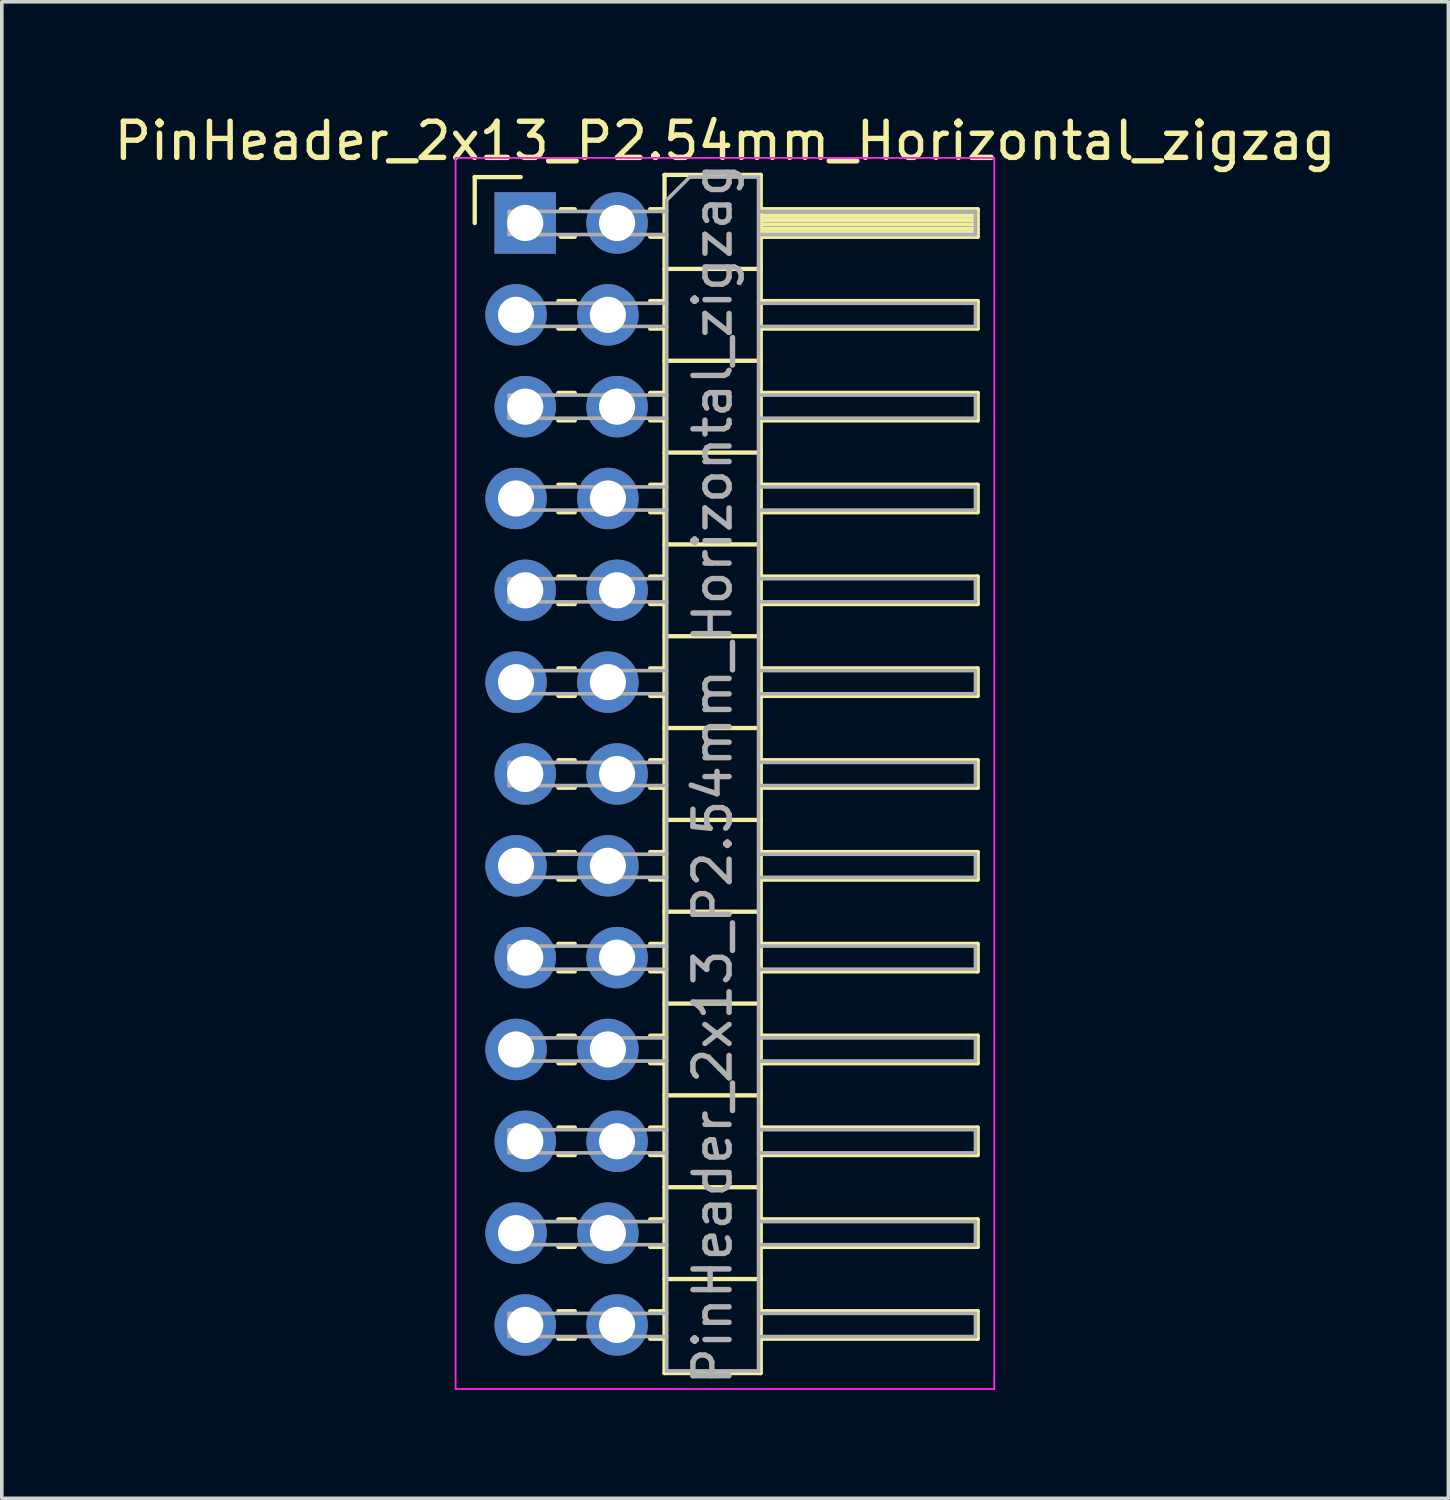
<source format=kicad_pcb>
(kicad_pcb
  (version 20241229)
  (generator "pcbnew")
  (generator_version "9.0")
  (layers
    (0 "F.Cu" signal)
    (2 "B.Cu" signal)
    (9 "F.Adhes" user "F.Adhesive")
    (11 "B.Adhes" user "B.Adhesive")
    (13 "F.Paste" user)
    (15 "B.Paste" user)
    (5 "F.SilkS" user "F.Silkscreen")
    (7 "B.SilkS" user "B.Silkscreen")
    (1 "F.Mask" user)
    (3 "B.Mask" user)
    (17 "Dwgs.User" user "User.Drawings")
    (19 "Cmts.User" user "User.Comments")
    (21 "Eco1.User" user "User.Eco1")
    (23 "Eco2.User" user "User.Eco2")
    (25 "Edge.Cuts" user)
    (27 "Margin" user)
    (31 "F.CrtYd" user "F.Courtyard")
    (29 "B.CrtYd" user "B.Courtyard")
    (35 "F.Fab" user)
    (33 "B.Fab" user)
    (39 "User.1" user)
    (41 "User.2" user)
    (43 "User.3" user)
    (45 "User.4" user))
  (footprint "PinHeader_2x13_P2.54mm_Horizontal_zigzag"
    (layer "F.Cu")
    (at 11.351 3.118)
    (property "Reference" "PinHeader_2x13_P2.54mm_Horizontal_zigzag" (at 5.655 -2.27 0) (layer "F.SilkS") (effects (font (size 1 1) (thickness 0.15))))
    (attr through_hole)
    (fp_line (start -1.27 -1.27) (end 0 -1.27) (stroke (width 0.12) (type solid)) (layer "F.SilkS"))
    (fp_line (start -1.27 0) (end -1.27 -1.27) (stroke (width 0.12) (type solid)) (layer "F.SilkS"))
    (fp_line (start 1.043 2.16) (end 1.497 2.16) (stroke (width 0.12) (type solid)) (layer "F.SilkS"))
    (fp_line (start 1.043 2.92) (end 1.497 2.92) (stroke (width 0.12) (type solid)) (layer "F.SilkS"))
    (fp_line (start 1.043 4.7) (end 1.497 4.7) (stroke (width 0.12) (type solid)) (layer "F.SilkS"))
    (fp_line (start 1.043 5.46) (end 1.497 5.46) (stroke (width 0.12) (type solid)) (layer "F.SilkS"))
    (fp_line (start 1.043 7.24) (end 1.497 7.24) (stroke (width 0.12) (type solid)) (layer "F.SilkS"))
    (fp_line (start 1.043 8) (end 1.497 8) (stroke (width 0.12) (type solid)) (layer "F.SilkS"))
    (fp_line (start 1.043 9.78) (end 1.497 9.78) (stroke (width 0.12) (type solid)) (layer "F.SilkS"))
    (fp_line (start 1.043 10.54) (end 1.497 10.54) (stroke (width 0.12) (type solid)) (layer "F.SilkS"))
    (fp_line (start 1.043 12.32) (end 1.497 12.32) (stroke (width 0.12) (type solid)) (layer "F.SilkS"))
    (fp_line (start 1.043 13.08) (end 1.497 13.08) (stroke (width 0.12) (type solid)) (layer "F.SilkS"))
    (fp_line (start 1.043 14.86) (end 1.497 14.86) (stroke (width 0.12) (type solid)) (layer "F.SilkS"))
    (fp_line (start 1.043 15.62) (end 1.497 15.62) (stroke (width 0.12) (type solid)) (layer "F.SilkS"))
    (fp_line (start 1.043 17.4) (end 1.497 17.4) (stroke (width 0.12) (type solid)) (layer "F.SilkS"))
    (fp_line (start 1.043 18.16) (end 1.497 18.16) (stroke (width 0.12) (type solid)) (layer "F.SilkS"))
    (fp_line (start 1.043 19.94) (end 1.497 19.94) (stroke (width 0.12) (type solid)) (layer "F.SilkS"))
    (fp_line (start 1.043 20.7) (end 1.497 20.7) (stroke (width 0.12) (type solid)) (layer "F.SilkS"))
    (fp_line (start 1.043 22.48) (end 1.497 22.48) (stroke (width 0.12) (type solid)) (layer "F.SilkS"))
    (fp_line (start 1.043 23.24) (end 1.497 23.24) (stroke (width 0.12) (type solid)) (layer "F.SilkS"))
    (fp_line (start 1.043 25.02) (end 1.497 25.02) (stroke (width 0.12) (type solid)) (layer "F.SilkS"))
    (fp_line (start 1.043 25.78) (end 1.497 25.78) (stroke (width 0.12) (type solid)) (layer "F.SilkS"))
    (fp_line (start 1.043 27.56) (end 1.497 27.56) (stroke (width 0.12) (type solid)) (layer "F.SilkS"))
    (fp_line (start 1.043 28.32) (end 1.497 28.32) (stroke (width 0.12) (type solid)) (layer "F.SilkS"))
    (fp_line (start 1.043 30.1) (end 1.497 30.1) (stroke (width 0.12) (type solid)) (layer "F.SilkS"))
    (fp_line (start 1.043 30.86) (end 1.497 30.86) (stroke (width 0.12) (type solid)) (layer "F.SilkS"))
    (fp_line (start 1.11 -0.38) (end 1.497 -0.38) (stroke (width 0.12) (type solid)) (layer "F.SilkS"))
    (fp_line (start 1.11 0.38) (end 1.497 0.38) (stroke (width 0.12) (type solid)) (layer "F.SilkS"))
    (fp_line (start 3.583 -0.38) (end 3.98 -0.38) (stroke (width 0.12) (type solid)) (layer "F.SilkS"))
    (fp_line (start 3.583 0.38) (end 3.98 0.38) (stroke (width 0.12) (type solid)) (layer "F.SilkS"))
    (fp_line (start 3.583 2.16) (end 3.98 2.16) (stroke (width 0.12) (type solid)) (layer "F.SilkS"))
    (fp_line (start 3.583 2.92) (end 3.98 2.92) (stroke (width 0.12) (type solid)) (layer "F.SilkS"))
    (fp_line (start 3.583 4.7) (end 3.98 4.7) (stroke (width 0.12) (type solid)) (layer "F.SilkS"))
    (fp_line (start 3.583 5.46) (end 3.98 5.46) (stroke (width 0.12) (type solid)) (layer "F.SilkS"))
    (fp_line (start 3.583 7.24) (end 3.98 7.24) (stroke (width 0.12) (type solid)) (layer "F.SilkS"))
    (fp_line (start 3.583 8) (end 3.98 8) (stroke (width 0.12) (type solid)) (layer "F.SilkS"))
    (fp_line (start 3.583 9.78) (end 3.98 9.78) (stroke (width 0.12) (type solid)) (layer "F.SilkS"))
    (fp_line (start 3.583 10.54) (end 3.98 10.54) (stroke (width 0.12) (type solid)) (layer "F.SilkS"))
    (fp_line (start 3.583 12.32) (end 3.98 12.32) (stroke (width 0.12) (type solid)) (layer "F.SilkS"))
    (fp_line (start 3.583 13.08) (end 3.98 13.08) (stroke (width 0.12) (type solid)) (layer "F.SilkS"))
    (fp_line (start 3.583 14.86) (end 3.98 14.86) (stroke (width 0.12) (type solid)) (layer "F.SilkS"))
    (fp_line (start 3.583 15.62) (end 3.98 15.62) (stroke (width 0.12) (type solid)) (layer "F.SilkS"))
    (fp_line (start 3.583 17.4) (end 3.98 17.4) (stroke (width 0.12) (type solid)) (layer "F.SilkS"))
    (fp_line (start 3.583 18.16) (end 3.98 18.16) (stroke (width 0.12) (type solid)) (layer "F.SilkS"))
    (fp_line (start 3.583 19.94) (end 3.98 19.94) (stroke (width 0.12) (type solid)) (layer "F.SilkS"))
    (fp_line (start 3.583 20.7) (end 3.98 20.7) (stroke (width 0.12) (type solid)) (layer "F.SilkS"))
    (fp_line (start 3.583 22.48) (end 3.98 22.48) (stroke (width 0.12) (type solid)) (layer "F.SilkS"))
    (fp_line (start 3.583 23.24) (end 3.98 23.24) (stroke (width 0.12) (type solid)) (layer "F.SilkS"))
    (fp_line (start 3.583 25.02) (end 3.98 25.02) (stroke (width 0.12) (type solid)) (layer "F.SilkS"))
    (fp_line (start 3.583 25.78) (end 3.98 25.78) (stroke (width 0.12) (type solid)) (layer "F.SilkS"))
    (fp_line (start 3.583 27.56) (end 3.98 27.56) (stroke (width 0.12) (type solid)) (layer "F.SilkS"))
    (fp_line (start 3.583 28.32) (end 3.98 28.32) (stroke (width 0.12) (type solid)) (layer "F.SilkS"))
    (fp_line (start 3.583 30.1) (end 3.98 30.1) (stroke (width 0.12) (type solid)) (layer "F.SilkS"))
    (fp_line (start 3.583 30.86) (end 3.98 30.86) (stroke (width 0.12) (type solid)) (layer "F.SilkS"))
    (fp_line (start 3.98 -1.33) (end 3.98 31.81) (stroke (width 0.12) (type solid)) (layer "F.SilkS"))
    (fp_line (start 3.98 1.27) (end 6.64 1.27) (stroke (width 0.12) (type solid)) (layer "F.SilkS"))
    (fp_line (start 3.98 3.81) (end 6.64 3.81) (stroke (width 0.12) (type solid)) (layer "F.SilkS"))
    (fp_line (start 3.98 6.35) (end 6.64 6.35) (stroke (width 0.12) (type solid)) (layer "F.SilkS"))
    (fp_line (start 3.98 8.89) (end 6.64 8.89) (stroke (width 0.12) (type solid)) (layer "F.SilkS"))
    (fp_line (start 3.98 11.43) (end 6.64 11.43) (stroke (width 0.12) (type solid)) (layer "F.SilkS"))
    (fp_line (start 3.98 13.97) (end 6.64 13.97) (stroke (width 0.12) (type solid)) (layer "F.SilkS"))
    (fp_line (start 3.98 16.51) (end 6.64 16.51) (stroke (width 0.12) (type solid)) (layer "F.SilkS"))
    (fp_line (start 3.98 19.05) (end 6.64 19.05) (stroke (width 0.12) (type solid)) (layer "F.SilkS"))
    (fp_line (start 3.98 21.59) (end 6.64 21.59) (stroke (width 0.12) (type solid)) (layer "F.SilkS"))
    (fp_line (start 3.98 24.13) (end 6.64 24.13) (stroke (width 0.12) (type solid)) (layer "F.SilkS"))
    (fp_line (start 3.98 26.67) (end 6.64 26.67) (stroke (width 0.12) (type solid)) (layer "F.SilkS"))
    (fp_line (start 3.98 29.21) (end 6.64 29.21) (stroke (width 0.12) (type solid)) (layer "F.SilkS"))
    (fp_line (start 3.98 31.81) (end 6.64 31.81) (stroke (width 0.12) (type solid)) (layer "F.SilkS"))
    (fp_line (start 6.64 -1.33) (end 3.98 -1.33) (stroke (width 0.12) (type solid)) (layer "F.SilkS"))
    (fp_line (start 6.64 -0.38) (end 12.64 -0.38) (stroke (width 0.12) (type solid)) (layer "F.SilkS"))
    (fp_line (start 6.64 -0.32) (end 12.64 -0.32) (stroke (width 0.12) (type solid)) (layer "F.SilkS"))
    (fp_line (start 6.64 -0.2) (end 12.64 -0.2) (stroke (width 0.12) (type solid)) (layer "F.SilkS"))
    (fp_line (start 6.64 -0.08) (end 12.64 -0.08) (stroke (width 0.12) (type solid)) (layer "F.SilkS"))
    (fp_line (start 6.64 0.04) (end 12.64 0.04) (stroke (width 0.12) (type solid)) (layer "F.SilkS"))
    (fp_line (start 6.64 0.16) (end 12.64 0.16) (stroke (width 0.12) (type solid)) (layer "F.SilkS"))
    (fp_line (start 6.64 0.28) (end 12.64 0.28) (stroke (width 0.12) (type solid)) (layer "F.SilkS"))
    (fp_line (start 6.64 2.16) (end 12.64 2.16) (stroke (width 0.12) (type solid)) (layer "F.SilkS"))
    (fp_line (start 6.64 4.7) (end 12.64 4.7) (stroke (width 0.12) (type solid)) (layer "F.SilkS"))
    (fp_line (start 6.64 7.24) (end 12.64 7.24) (stroke (width 0.12) (type solid)) (layer "F.SilkS"))
    (fp_line (start 6.64 9.78) (end 12.64 9.78) (stroke (width 0.12) (type solid)) (layer "F.SilkS"))
    (fp_line (start 6.64 12.32) (end 12.64 12.32) (stroke (width 0.12) (type solid)) (layer "F.SilkS"))
    (fp_line (start 6.64 14.86) (end 12.64 14.86) (stroke (width 0.12) (type solid)) (layer "F.SilkS"))
    (fp_line (start 6.64 17.4) (end 12.64 17.4) (stroke (width 0.12) (type solid)) (layer "F.SilkS"))
    (fp_line (start 6.64 19.94) (end 12.64 19.94) (stroke (width 0.12) (type solid)) (layer "F.SilkS"))
    (fp_line (start 6.64 22.48) (end 12.64 22.48) (stroke (width 0.12) (type solid)) (layer "F.SilkS"))
    (fp_line (start 6.64 25.02) (end 12.64 25.02) (stroke (width 0.12) (type solid)) (layer "F.SilkS"))
    (fp_line (start 6.64 27.56) (end 12.64 27.56) (stroke (width 0.12) (type solid)) (layer "F.SilkS"))
    (fp_line (start 6.64 30.1) (end 12.64 30.1) (stroke (width 0.12) (type solid)) (layer "F.SilkS"))
    (fp_line (start 6.64 31.81) (end 6.64 -1.33) (stroke (width 0.12) (type solid)) (layer "F.SilkS"))
    (fp_line (start 12.64 -0.38) (end 12.64 0.38) (stroke (width 0.12) (type solid)) (layer "F.SilkS"))
    (fp_line (start 12.64 0.38) (end 6.64 0.38) (stroke (width 0.12) (type solid)) (layer "F.SilkS"))
    (fp_line (start 12.64 2.16) (end 12.64 2.92) (stroke (width 0.12) (type solid)) (layer "F.SilkS"))
    (fp_line (start 12.64 2.92) (end 6.64 2.92) (stroke (width 0.12) (type solid)) (layer "F.SilkS"))
    (fp_line (start 12.64 4.7) (end 12.64 5.46) (stroke (width 0.12) (type solid)) (layer "F.SilkS"))
    (fp_line (start 12.64 5.46) (end 6.64 5.46) (stroke (width 0.12) (type solid)) (layer "F.SilkS"))
    (fp_line (start 12.64 7.24) (end 12.64 8) (stroke (width 0.12) (type solid)) (layer "F.SilkS"))
    (fp_line (start 12.64 8) (end 6.64 8) (stroke (width 0.12) (type solid)) (layer "F.SilkS"))
    (fp_line (start 12.64 9.78) (end 12.64 10.54) (stroke (width 0.12) (type solid)) (layer "F.SilkS"))
    (fp_line (start 12.64 10.54) (end 6.64 10.54) (stroke (width 0.12) (type solid)) (layer "F.SilkS"))
    (fp_line (start 12.64 12.32) (end 12.64 13.08) (stroke (width 0.12) (type solid)) (layer "F.SilkS"))
    (fp_line (start 12.64 13.08) (end 6.64 13.08) (stroke (width 0.12) (type solid)) (layer "F.SilkS"))
    (fp_line (start 12.64 14.86) (end 12.64 15.62) (stroke (width 0.12) (type solid)) (layer "F.SilkS"))
    (fp_line (start 12.64 15.62) (end 6.64 15.62) (stroke (width 0.12) (type solid)) (layer "F.SilkS"))
    (fp_line (start 12.64 17.4) (end 12.64 18.16) (stroke (width 0.12) (type solid)) (layer "F.SilkS"))
    (fp_line (start 12.64 18.16) (end 6.64 18.16) (stroke (width 0.12) (type solid)) (layer "F.SilkS"))
    (fp_line (start 12.64 19.94) (end 12.64 20.7) (stroke (width 0.12) (type solid)) (layer "F.SilkS"))
    (fp_line (start 12.64 20.7) (end 6.64 20.7) (stroke (width 0.12) (type solid)) (layer "F.SilkS"))
    (fp_line (start 12.64 22.48) (end 12.64 23.24) (stroke (width 0.12) (type solid)) (layer "F.SilkS"))
    (fp_line (start 12.64 23.24) (end 6.64 23.24) (stroke (width 0.12) (type solid)) (layer "F.SilkS"))
    (fp_line (start 12.64 25.02) (end 12.64 25.78) (stroke (width 0.12) (type solid)) (layer "F.SilkS"))
    (fp_line (start 12.64 25.78) (end 6.64 25.78) (stroke (width 0.12) (type solid)) (layer "F.SilkS"))
    (fp_line (start 12.64 27.56) (end 12.64 28.32) (stroke (width 0.12) (type solid)) (layer "F.SilkS"))
    (fp_line (start 12.64 28.32) (end 6.64 28.32) (stroke (width 0.12) (type solid)) (layer "F.SilkS"))
    (fp_line (start 12.64 30.1) (end 12.64 30.86) (stroke (width 0.12) (type solid)) (layer "F.SilkS"))
    (fp_line (start 12.64 30.86) (end 6.64 30.86) (stroke (width 0.12) (type solid)) (layer "F.SilkS"))
    (fp_line (start -1.8 -1.8) (end -1.8 32.25) (stroke (width 0.05) (type solid)) (layer "F.CrtYd"))
    (fp_line (start -1.8 32.25) (end 13.1 32.25) (stroke (width 0.05) (type solid)) (layer "F.CrtYd"))
    (fp_line (start 13.1 -1.8) (end -1.8 -1.8) (stroke (width 0.05) (type solid)) (layer "F.CrtYd"))
    (fp_line (start 13.1 32.25) (end 13.1 -1.8) (stroke (width 0.05) (type solid)) (layer "F.CrtYd"))
    (fp_line (start -0.32 -0.32) (end -0.32 0.32) (stroke (width 0.1) (type solid)) (layer "F.Fab"))
    (fp_line (start -0.32 -0.32) (end 4.04 -0.32) (stroke (width 0.1) (type solid)) (layer "F.Fab"))
    (fp_line (start -0.32 0.32) (end 4.04 0.32) (stroke (width 0.1) (type solid)) (layer "F.Fab"))
    (fp_line (start -0.32 2.22) (end -0.32 2.86) (stroke (width 0.1) (type solid)) (layer "F.Fab"))
    (fp_line (start -0.32 2.22) (end 4.04 2.22) (stroke (width 0.1) (type solid)) (layer "F.Fab"))
    (fp_line (start -0.32 2.86) (end 4.04 2.86) (stroke (width 0.1) (type solid)) (layer "F.Fab"))
    (fp_line (start -0.32 4.76) (end -0.32 5.4) (stroke (width 0.1) (type solid)) (layer "F.Fab"))
    (fp_line (start -0.32 4.76) (end 4.04 4.76) (stroke (width 0.1) (type solid)) (layer "F.Fab"))
    (fp_line (start -0.32 5.4) (end 4.04 5.4) (stroke (width 0.1) (type solid)) (layer "F.Fab"))
    (fp_line (start -0.32 7.3) (end -0.32 7.94) (stroke (width 0.1) (type solid)) (layer "F.Fab"))
    (fp_line (start -0.32 7.3) (end 4.04 7.3) (stroke (width 0.1) (type solid)) (layer "F.Fab"))
    (fp_line (start -0.32 7.94) (end 4.04 7.94) (stroke (width 0.1) (type solid)) (layer "F.Fab"))
    (fp_line (start -0.32 9.84) (end -0.32 10.48) (stroke (width 0.1) (type solid)) (layer "F.Fab"))
    (fp_line (start -0.32 9.84) (end 4.04 9.84) (stroke (width 0.1) (type solid)) (layer "F.Fab"))
    (fp_line (start -0.32 10.48) (end 4.04 10.48) (stroke (width 0.1) (type solid)) (layer "F.Fab"))
    (fp_line (start -0.32 12.38) (end -0.32 13.02) (stroke (width 0.1) (type solid)) (layer "F.Fab"))
    (fp_line (start -0.32 12.38) (end 4.04 12.38) (stroke (width 0.1) (type solid)) (layer "F.Fab"))
    (fp_line (start -0.32 13.02) (end 4.04 13.02) (stroke (width 0.1) (type solid)) (layer "F.Fab"))
    (fp_line (start -0.32 14.92) (end -0.32 15.56) (stroke (width 0.1) (type solid)) (layer "F.Fab"))
    (fp_line (start -0.32 14.92) (end 4.04 14.92) (stroke (width 0.1) (type solid)) (layer "F.Fab"))
    (fp_line (start -0.32 15.56) (end 4.04 15.56) (stroke (width 0.1) (type solid)) (layer "F.Fab"))
    (fp_line (start -0.32 17.46) (end -0.32 18.1) (stroke (width 0.1) (type solid)) (layer "F.Fab"))
    (fp_line (start -0.32 17.46) (end 4.04 17.46) (stroke (width 0.1) (type solid)) (layer "F.Fab"))
    (fp_line (start -0.32 18.1) (end 4.04 18.1) (stroke (width 0.1) (type solid)) (layer "F.Fab"))
    (fp_line (start -0.32 20) (end -0.32 20.64) (stroke (width 0.1) (type solid)) (layer "F.Fab"))
    (fp_line (start -0.32 20) (end 4.04 20) (stroke (width 0.1) (type solid)) (layer "F.Fab"))
    (fp_line (start -0.32 20.64) (end 4.04 20.64) (stroke (width 0.1) (type solid)) (layer "F.Fab"))
    (fp_line (start -0.32 22.54) (end -0.32 23.18) (stroke (width 0.1) (type solid)) (layer "F.Fab"))
    (fp_line (start -0.32 22.54) (end 4.04 22.54) (stroke (width 0.1) (type solid)) (layer "F.Fab"))
    (fp_line (start -0.32 23.18) (end 4.04 23.18) (stroke (width 0.1) (type solid)) (layer "F.Fab"))
    (fp_line (start -0.32 25.08) (end -0.32 25.72) (stroke (width 0.1) (type solid)) (layer "F.Fab"))
    (fp_line (start -0.32 25.08) (end 4.04 25.08) (stroke (width 0.1) (type solid)) (layer "F.Fab"))
    (fp_line (start -0.32 25.72) (end 4.04 25.72) (stroke (width 0.1) (type solid)) (layer "F.Fab"))
    (fp_line (start -0.32 27.62) (end -0.32 28.26) (stroke (width 0.1) (type solid)) (layer "F.Fab"))
    (fp_line (start -0.32 27.62) (end 4.04 27.62) (stroke (width 0.1) (type solid)) (layer "F.Fab"))
    (fp_line (start -0.32 28.26) (end 4.04 28.26) (stroke (width 0.1) (type solid)) (layer "F.Fab"))
    (fp_line (start -0.32 30.16) (end -0.32 30.8) (stroke (width 0.1) (type solid)) (layer "F.Fab"))
    (fp_line (start -0.32 30.16) (end 4.04 30.16) (stroke (width 0.1) (type solid)) (layer "F.Fab"))
    (fp_line (start -0.32 30.8) (end 4.04 30.8) (stroke (width 0.1) (type solid)) (layer "F.Fab"))
    (fp_line (start 4.04 -0.635) (end 4.675 -1.27) (stroke (width 0.1) (type solid)) (layer "F.Fab"))
    (fp_line (start 4.04 31.75) (end 4.04 -0.635) (stroke (width 0.1) (type solid)) (layer "F.Fab"))
    (fp_line (start 4.675 -1.27) (end 6.58 -1.27) (stroke (width 0.1) (type solid)) (layer "F.Fab"))
    (fp_line (start 6.58 -1.27) (end 6.58 31.75) (stroke (width 0.1) (type solid)) (layer "F.Fab"))
    (fp_line (start 6.58 -0.32) (end 12.58 -0.32) (stroke (width 0.1) (type solid)) (layer "F.Fab"))
    (fp_line (start 6.58 0.32) (end 12.58 0.32) (stroke (width 0.1) (type solid)) (layer "F.Fab"))
    (fp_line (start 6.58 2.22) (end 12.58 2.22) (stroke (width 0.1) (type solid)) (layer "F.Fab"))
    (fp_line (start 6.58 2.86) (end 12.58 2.86) (stroke (width 0.1) (type solid)) (layer "F.Fab"))
    (fp_line (start 6.58 4.76) (end 12.58 4.76) (stroke (width 0.1) (type solid)) (layer "F.Fab"))
    (fp_line (start 6.58 5.4) (end 12.58 5.4) (stroke (width 0.1) (type solid)) (layer "F.Fab"))
    (fp_line (start 6.58 7.3) (end 12.58 7.3) (stroke (width 0.1) (type solid)) (layer "F.Fab"))
    (fp_line (start 6.58 7.94) (end 12.58 7.94) (stroke (width 0.1) (type solid)) (layer "F.Fab"))
    (fp_line (start 6.58 9.84) (end 12.58 9.84) (stroke (width 0.1) (type solid)) (layer "F.Fab"))
    (fp_line (start 6.58 10.48) (end 12.58 10.48) (stroke (width 0.1) (type solid)) (layer "F.Fab"))
    (fp_line (start 6.58 12.38) (end 12.58 12.38) (stroke (width 0.1) (type solid)) (layer "F.Fab"))
    (fp_line (start 6.58 13.02) (end 12.58 13.02) (stroke (width 0.1) (type solid)) (layer "F.Fab"))
    (fp_line (start 6.58 14.92) (end 12.58 14.92) (stroke (width 0.1) (type solid)) (layer "F.Fab"))
    (fp_line (start 6.58 15.56) (end 12.58 15.56) (stroke (width 0.1) (type solid)) (layer "F.Fab"))
    (fp_line (start 6.58 17.46) (end 12.58 17.46) (stroke (width 0.1) (type solid)) (layer "F.Fab"))
    (fp_line (start 6.58 18.1) (end 12.58 18.1) (stroke (width 0.1) (type solid)) (layer "F.Fab"))
    (fp_line (start 6.58 20) (end 12.58 20) (stroke (width 0.1) (type solid)) (layer "F.Fab"))
    (fp_line (start 6.58 20.64) (end 12.58 20.64) (stroke (width 0.1) (type solid)) (layer "F.Fab"))
    (fp_line (start 6.58 22.54) (end 12.58 22.54) (stroke (width 0.1) (type solid)) (layer "F.Fab"))
    (fp_line (start 6.58 23.18) (end 12.58 23.18) (stroke (width 0.1) (type solid)) (layer "F.Fab"))
    (fp_line (start 6.58 25.08) (end 12.58 25.08) (stroke (width 0.1) (type solid)) (layer "F.Fab"))
    (fp_line (start 6.58 25.72) (end 12.58 25.72) (stroke (width 0.1) (type solid)) (layer "F.Fab"))
    (fp_line (start 6.58 27.62) (end 12.58 27.62) (stroke (width 0.1) (type solid)) (layer "F.Fab"))
    (fp_line (start 6.58 28.26) (end 12.58 28.26) (stroke (width 0.1) (type solid)) (layer "F.Fab"))
    (fp_line (start 6.58 30.16) (end 12.58 30.16) (stroke (width 0.1) (type solid)) (layer "F.Fab"))
    (fp_line (start 6.58 30.8) (end 12.58 30.8) (stroke (width 0.1) (type solid)) (layer "F.Fab"))
    (fp_line (start 6.58 31.75) (end 4.04 31.75) (stroke (width 0.1) (type solid)) (layer "F.Fab"))
    (fp_line (start 12.58 -0.32) (end 12.58 0.32) (stroke (width 0.1) (type solid)) (layer "F.Fab"))
    (fp_line (start 12.58 2.22) (end 12.58 2.86) (stroke (width 0.1) (type solid)) (layer "F.Fab"))
    (fp_line (start 12.58 4.76) (end 12.58 5.4) (stroke (width 0.1) (type solid)) (layer "F.Fab"))
    (fp_line (start 12.58 7.3) (end 12.58 7.94) (stroke (width 0.1) (type solid)) (layer "F.Fab"))
    (fp_line (start 12.58 9.84) (end 12.58 10.48) (stroke (width 0.1) (type solid)) (layer "F.Fab"))
    (fp_line (start 12.58 12.38) (end 12.58 13.02) (stroke (width 0.1) (type solid)) (layer "F.Fab"))
    (fp_line (start 12.58 14.92) (end 12.58 15.56) (stroke (width 0.1) (type solid)) (layer "F.Fab"))
    (fp_line (start 12.58 17.46) (end 12.58 18.1) (stroke (width 0.1) (type solid)) (layer "F.Fab"))
    (fp_line (start 12.58 20) (end 12.58 20.64) (stroke (width 0.1) (type solid)) (layer "F.Fab"))
    (fp_line (start 12.58 22.54) (end 12.58 23.18) (stroke (width 0.1) (type solid)) (layer "F.Fab"))
    (fp_line (start 12.58 25.08) (end 12.58 25.72) (stroke (width 0.1) (type solid)) (layer "F.Fab"))
    (fp_line (start 12.58 27.62) (end 12.58 28.26) (stroke (width 0.1) (type solid)) (layer "F.Fab"))
    (fp_line (start 12.58 30.16) (end 12.58 30.8) (stroke (width 0.1) (type solid)) (layer "F.Fab"))
    (fp_text user "${REFERENCE}" (at 5.31 15.24 90) (layer "F.Fab") (effects (font (size 1 1) (thickness 0.15))))
    (pad "1" thru_hole rect (at 0.127 0) (size 1.7 1.7) (drill 1) (layers "*.Cu" "*.Mask"))
    (pad "2" thru_hole oval (at 2.667 0) (size 1.7 1.7) (drill 1) (layers "*.Cu" "*.Mask"))
    (pad "3" thru_hole oval (at -0.127 2.54) (size 1.7 1.7) (drill 1) (layers "*.Cu" "*.Mask"))
    (pad "4" thru_hole oval (at 2.413 2.54) (size 1.7 1.7) (drill 1) (layers "*.Cu" "*.Mask"))
    (pad "5" thru_hole oval (at 0.127 5.08) (size 1.7 1.7) (drill 1) (layers "*.Cu" "*.Mask"))
    (pad "6" thru_hole oval (at 2.667 5.08) (size 1.7 1.7) (drill 1) (layers "*.Cu" "*.Mask"))
    (pad "7" thru_hole oval (at -0.127 7.62) (size 1.7 1.7) (drill 1) (layers "*.Cu" "*.Mask"))
    (pad "8" thru_hole oval (at 2.413 7.62) (size 1.7 1.7) (drill 1) (layers "*.Cu" "*.Mask"))
    (pad "9" thru_hole oval (at 0.127 10.16) (size 1.7 1.7) (drill 1) (layers "*.Cu" "*.Mask"))
    (pad "10" thru_hole oval (at 2.667 10.16) (size 1.7 1.7) (drill 1) (layers "*.Cu" "*.Mask"))
    (pad "11" thru_hole oval (at -0.127 12.7) (size 1.7 1.7) (drill 1) (layers "*.Cu" "*.Mask"))
    (pad "12" thru_hole oval (at 2.413 12.7) (size 1.7 1.7) (drill 1) (layers "*.Cu" "*.Mask"))
    (pad "13" thru_hole oval (at 0.127 15.24) (size 1.7 1.7) (drill 1) (layers "*.Cu" "*.Mask"))
    (pad "14" thru_hole oval (at 2.667 15.24) (size 1.7 1.7) (drill 1) (layers "*.Cu" "*.Mask"))
    (pad "15" thru_hole oval (at -0.127 17.78) (size 1.7 1.7) (drill 1) (layers "*.Cu" "*.Mask"))
    (pad "16" thru_hole oval (at 2.413 17.78) (size 1.7 1.7) (drill 1) (layers "*.Cu" "*.Mask"))
    (pad "17" thru_hole oval (at 0.127 20.32) (size 1.7 1.7) (drill 1) (layers "*.Cu" "*.Mask"))
    (pad "18" thru_hole oval (at 2.667 20.32) (size 1.7 1.7) (drill 1) (layers "*.Cu" "*.Mask"))
    (pad "19" thru_hole oval (at -0.127 22.86) (size 1.7 1.7) (drill 1) (layers "*.Cu" "*.Mask"))
    (pad "20" thru_hole oval (at 2.413 22.86) (size 1.7 1.7) (drill 1) (layers "*.Cu" "*.Mask"))
    (pad "21" thru_hole oval (at 0.127 25.4) (size 1.7 1.7) (drill 1) (layers "*.Cu" "*.Mask"))
    (pad "22" thru_hole oval (at 2.667 25.4) (size 1.7 1.7) (drill 1) (layers "*.Cu" "*.Mask"))
    (pad "23" thru_hole oval (at -0.127 27.94) (size 1.7 1.7) (drill 1) (layers "*.Cu" "*.Mask"))
    (pad "24" thru_hole oval (at 2.413 27.94) (size 1.7 1.7) (drill 1) (layers "*.Cu" "*.Mask"))
    (pad "25" thru_hole oval (at 0.127 30.48) (size 1.7 1.7) (drill 1) (layers "*.Cu" "*.Mask"))
    (pad "26" thru_hole oval (at 2.667 30.48) (size 1.7 1.7) (drill 1) (layers "*.Cu" "*.Mask")))
  (gr_rect
    (start -3 -3)
    (end 37.012 38.393)
    (stroke (width 0.1) (type default))
    (fill no)
    (layer "Edge.Cuts")))
</source>
